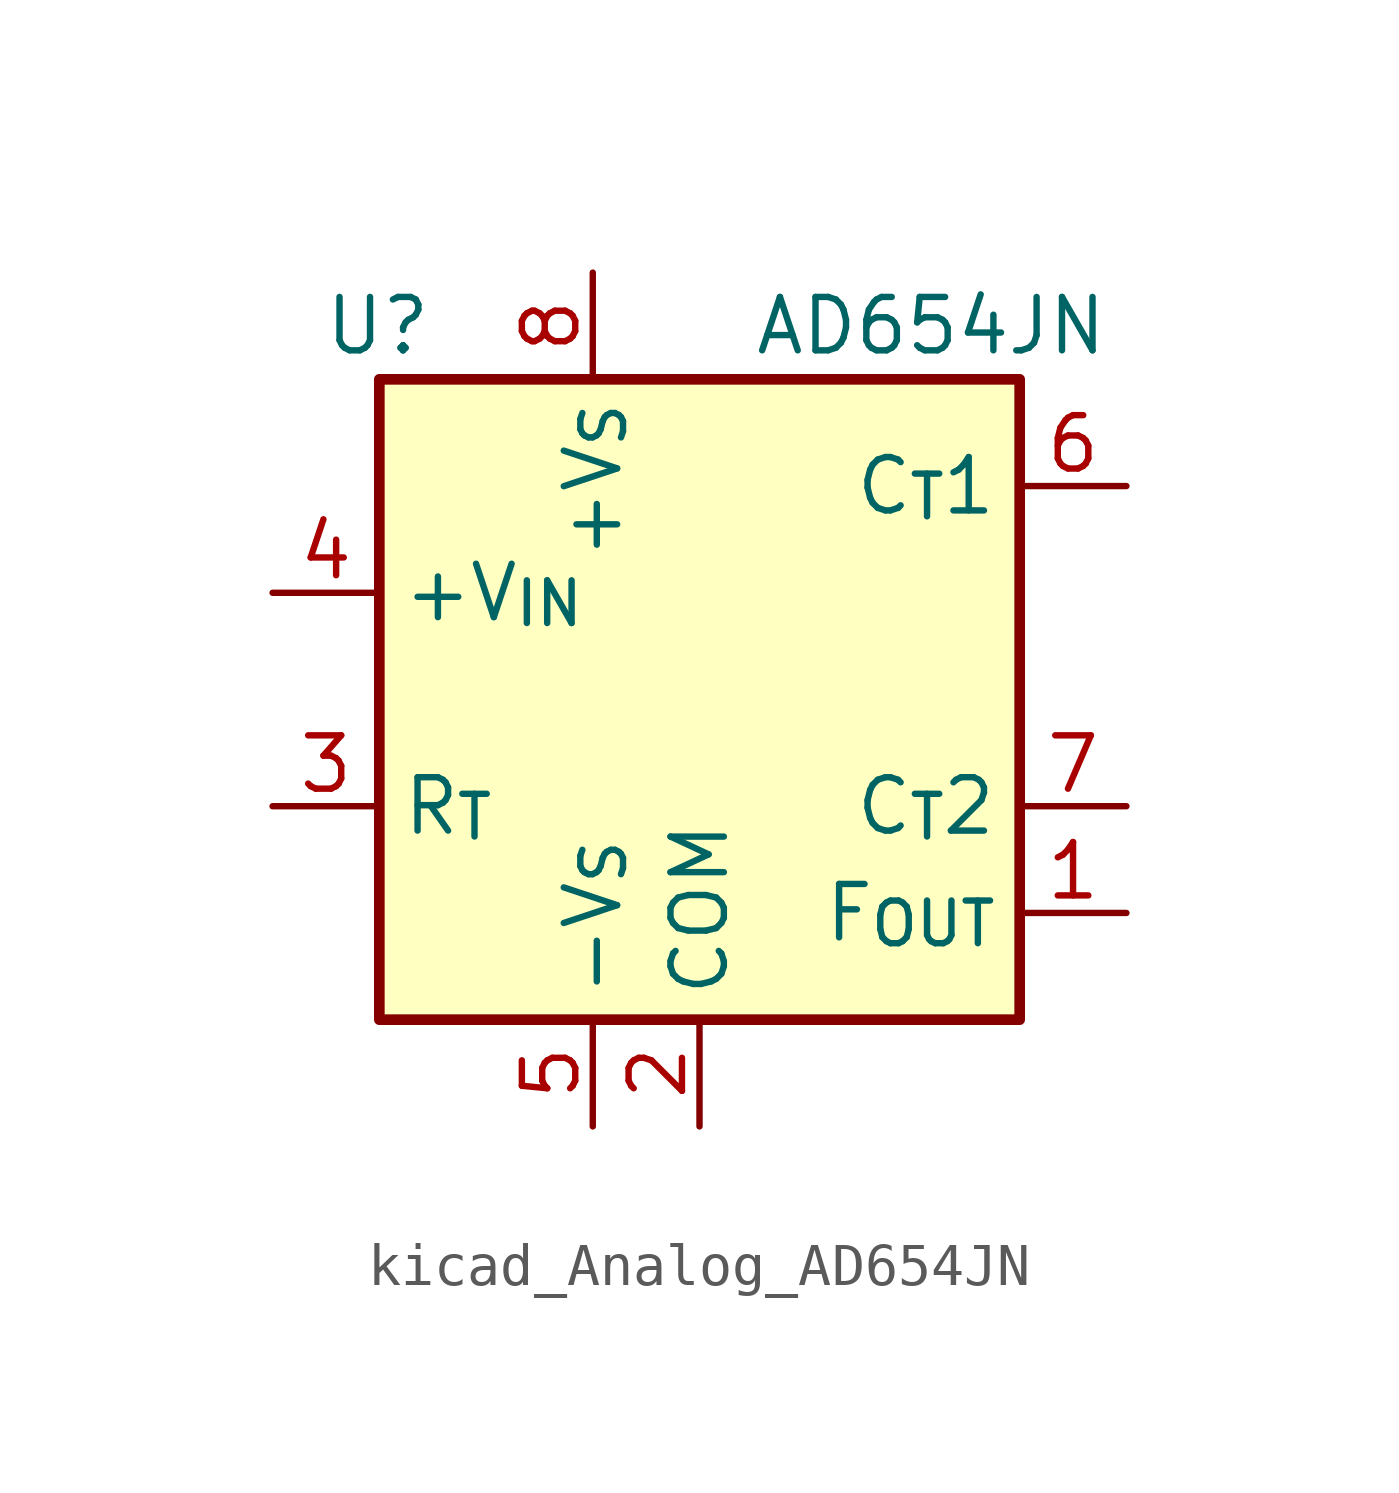
<source format=kicad_sym>
(kicad_symbol_lib
  (version 20220914)
  (generator kicad_symbol_editor)
  (symbol "kicad_Analog_AD654JN"
    (property "Reference" "U"
      (at -6.35 8.89 0)
      (effects (font (size 1.27 1.27)) (justify right)))
    (property "Value" "AD654JN"
      (at 1.27 8.89 0)
      (effects (font (size 1.27 1.27)) (justify left)))
    (symbol "kicad_Analog_AD654JN_0_1"
      (rectangle (start -7.62 7.62) (end 7.62 -7.62) (stroke (width 0.254) (type default)) (fill (type background))))
    (symbol "kicad_Analog_AD654JN_1_1"
      (pin open_collector line (at 10.16 -5.08 180) (length 2.54) (name "F_{OUT}" (effects (font (size 1.27 1.27)))) (number "1" (effects (font (size 1.27 1.27)))))
      (pin power_in line (at 0 -10.16 90) (length 2.54) (name "COM" (effects (font (size 1.27 1.27)))) (number "2" (effects (font (size 1.27 1.27)))))
      (pin input line (at -10.16 -2.54 0) (length 2.54) (name "R_{T}" (effects (font (size 1.27 1.27)))) (number "3" (effects (font (size 1.27 1.27)))))
      (pin input line (at -10.16 2.54 0) (length 2.54) (name "+V_{IN}" (effects (font (size 1.27 1.27)))) (number "4" (effects (font (size 1.27 1.27)))))
      (pin power_in line (at -2.54 -10.16 90) (length 2.54) (name "-V_{S}" (effects (font (size 1.27 1.27)))) (number "5" (effects (font (size 1.27 1.27)))))
      (pin passive line (at 10.16 5.08 180) (length 2.54) (name "C_{T}1" (effects (font (size 1.27 1.27)))) (number "6" (effects (font (size 1.27 1.27)))))
      (pin passive line (at 10.16 -2.54 180) (length 2.54) (name "C_{T}2" (effects (font (size 1.27 1.27)))) (number "7" (effects (font (size 1.27 1.27)))))
      (pin power_in line (at -2.54 10.16 270) (length 2.54) (name "+V_{S}" (effects (font (size 1.27 1.27)))) (number "8" (effects (font (size 1.27 1.27))))))))
</source>
